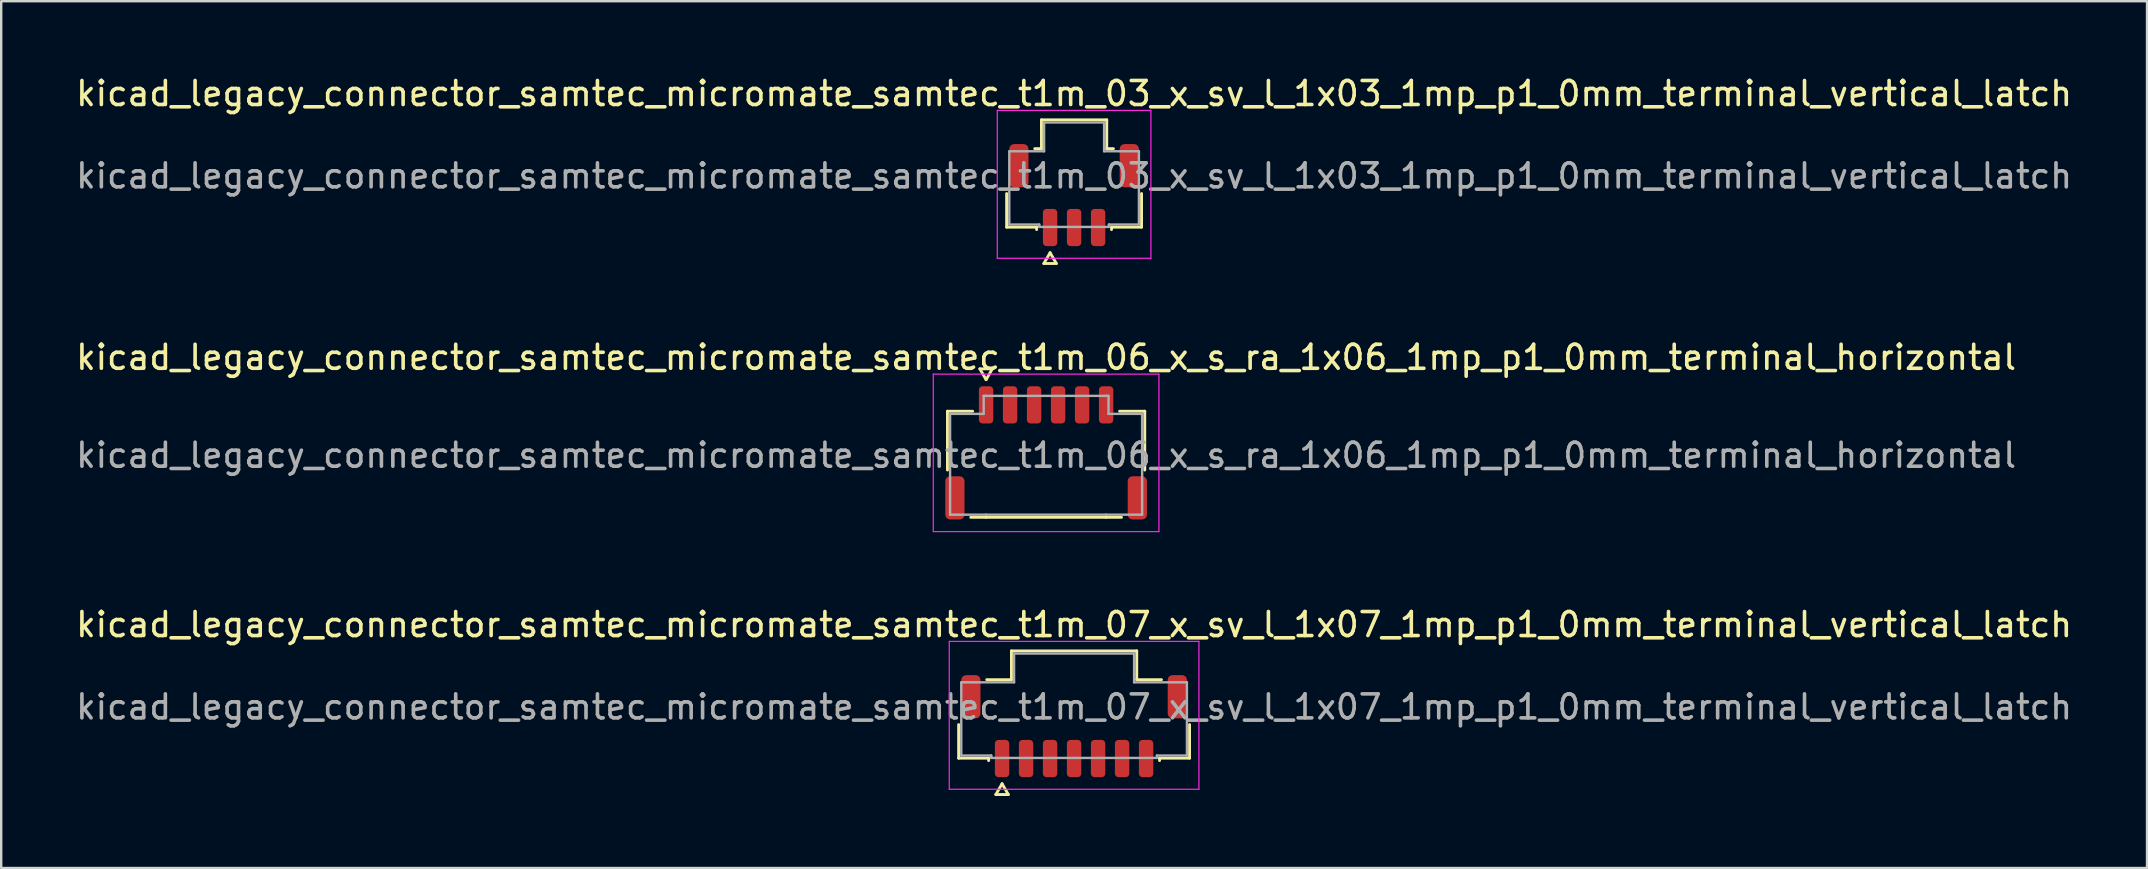
<source format=kicad_pcb>
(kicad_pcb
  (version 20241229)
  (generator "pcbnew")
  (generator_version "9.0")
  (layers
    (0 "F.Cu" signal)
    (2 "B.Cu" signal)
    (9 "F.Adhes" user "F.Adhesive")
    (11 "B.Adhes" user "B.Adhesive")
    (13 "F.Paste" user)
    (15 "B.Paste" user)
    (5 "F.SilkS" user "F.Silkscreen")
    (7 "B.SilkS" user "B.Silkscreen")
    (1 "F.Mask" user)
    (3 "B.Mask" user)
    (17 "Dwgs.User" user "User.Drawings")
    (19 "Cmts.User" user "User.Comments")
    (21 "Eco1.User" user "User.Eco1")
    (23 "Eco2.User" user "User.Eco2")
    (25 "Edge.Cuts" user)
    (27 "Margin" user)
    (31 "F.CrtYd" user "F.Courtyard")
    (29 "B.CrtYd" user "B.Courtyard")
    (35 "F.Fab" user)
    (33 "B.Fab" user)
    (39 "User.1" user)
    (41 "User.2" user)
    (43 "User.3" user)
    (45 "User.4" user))
  (footprint "kicad_legacy_connector_samtec_micromate_samtec_t1m_07_x_sv_l_1x07_1mp_p1_0mm_terminal_vertical_latch"
    (layer "F.Cu")
    (at 41.696 26.4)
    (property "Reference" "kicad_legacy_connector_samtec_micromate_samtec_t1m_07_x_sv_l_1x07_1mp_p1_0mm_terminal_vertical_latch" (at 0 -3.43 0) (layer "F.SilkS") (effects (font (size 1 1) (thickness 0.15))))
    (attr smd)
    (fp_line (start -4.81 2.135) (end -4.81 0.735) (stroke (width 0.12) (type solid)) (layer "F.SilkS"))
    (fp_line (start -3.64 -1.135) (end -2.61 -1.135) (stroke (width 0.12) (type solid)) (layer "F.SilkS"))
    (fp_line (start -3.56 2.135) (end -4.81 2.135) (stroke (width 0.12) (type solid)) (layer "F.SilkS"))
    (fp_line (start -3.56 2.235) (end -3.56 2.135) (stroke (width 0.12) (type solid)) (layer "F.SilkS"))
    (fp_line (start -3.26 3.65) (end -3 3.2) (stroke (width 0.12) (type solid)) (layer "F.SilkS"))
    (fp_line (start -3 3.2) (end -2.74 3.65) (stroke (width 0.12) (type solid)) (layer "F.SilkS"))
    (fp_line (start -2.74 3.65) (end -3.26 3.65) (stroke (width 0.12) (type solid)) (layer "F.SilkS"))
    (fp_line (start -2.61 -2.335) (end 2.61 -2.335) (stroke (width 0.12) (type solid)) (layer "F.SilkS"))
    (fp_line (start -2.61 -1.135) (end -2.61 -2.335) (stroke (width 0.12) (type solid)) (layer "F.SilkS"))
    (fp_line (start 2.61 -2.335) (end 2.61 -1.135) (stroke (width 0.12) (type solid)) (layer "F.SilkS"))
    (fp_line (start 2.61 -1.135) (end 3.64 -1.135) (stroke (width 0.12) (type solid)) (layer "F.SilkS"))
    (fp_line (start 3.56 2.135) (end 3.56 2.235) (stroke (width 0.12) (type solid)) (layer "F.SilkS"))
    (fp_line (start 4.81 0.735) (end 4.81 2.135) (stroke (width 0.12) (type solid)) (layer "F.SilkS"))
    (fp_line (start 4.81 2.135) (end 3.56 2.135) (stroke (width 0.12) (type solid)) (layer "F.SilkS"))
    (fp_line (start -5.2 -2.73) (end -5.2 3.43) (stroke (width 0.05) (type solid)) (layer "F.CrtYd"))
    (fp_line (start -5.2 3.43) (end 5.2 3.43) (stroke (width 0.05) (type solid)) (layer "F.CrtYd"))
    (fp_line (start 5.2 -2.73) (end -5.2 -2.73) (stroke (width 0.05) (type solid)) (layer "F.CrtYd"))
    (fp_line (start 5.2 3.43) (end 5.2 -2.73) (stroke (width 0.05) (type solid)) (layer "F.CrtYd"))
    (fp_line (start -4.7 -1.025) (end -2.5 -1.025) (stroke (width 0.1) (type solid)) (layer "F.Fab"))
    (fp_line (start -4.7 2.025) (end -4.7 -1.025) (stroke (width 0.1) (type solid)) (layer "F.Fab"))
    (fp_line (start -3.45 2.025) (end -4.7 2.025) (stroke (width 0.1) (type solid)) (layer "F.Fab"))
    (fp_line (start -3.45 2.125) (end -3.45 2.025) (stroke (width 0.1) (type solid)) (layer "F.Fab"))
    (fp_line (start -2.5 -2.225) (end 2.5 -2.225) (stroke (width 0.1) (type solid)) (layer "F.Fab"))
    (fp_line (start -2.5 -1.025) (end -2.5 -2.225) (stroke (width 0.1) (type solid)) (layer "F.Fab"))
    (fp_line (start 2.5 -2.225) (end 2.5 -1.025) (stroke (width 0.1) (type solid)) (layer "F.Fab"))
    (fp_line (start 2.5 -1.025) (end 4.7 -1.025) (stroke (width 0.1) (type solid)) (layer "F.Fab"))
    (fp_line (start 3.45 2.025) (end 3.45 2.125) (stroke (width 0.1) (type solid)) (layer "F.Fab"))
    (fp_line (start 3.45 2.125) (end -3.45 2.125) (stroke (width 0.1) (type solid)) (layer "F.Fab"))
    (fp_line (start 4.7 -1.025) (end 4.7 2.025) (stroke (width 0.1) (type solid)) (layer "F.Fab"))
    (fp_line (start 4.7 2.025) (end 3.45 2.025) (stroke (width 0.1) (type solid)) (layer "F.Fab"))
    (fp_text user "${REFERENCE}" (at 0 0 0) (layer "F.Fab") (effects (font (size 1 1) (thickness 0.15))))
    (pad "1" smd roundrect (at -3 2.15) (size 0.6 1.55) (layers "F.Cu" "F.Mask" "F.Paste") (roundrect_rratio 0.25))
    (pad "2" smd roundrect (at -2 2.15) (size 0.6 1.55) (layers "F.Cu" "F.Mask" "F.Paste") (roundrect_rratio 0.25))
    (pad "3" smd roundrect (at -1 2.15) (size 0.6 1.55) (layers "F.Cu" "F.Mask" "F.Paste") (roundrect_rratio 0.25))
    (pad "4" smd roundrect (at 0 2.15) (size 0.6 1.55) (layers "F.Cu" "F.Mask" "F.Paste") (roundrect_rratio 0.25))
    (pad "5" smd roundrect (at 1 2.15) (size 0.6 1.55) (layers "F.Cu" "F.Mask" "F.Paste") (roundrect_rratio 0.25))
    (pad "6" smd roundrect (at 2 2.15) (size 0.6 1.55) (layers "F.Cu" "F.Mask" "F.Paste") (roundrect_rratio 0.25))
    (pad "7" smd roundrect (at 3 2.15) (size 0.6 1.55) (layers "F.Cu" "F.Mask" "F.Paste") (roundrect_rratio 0.25))
    (pad "MP" smd roundrect (at -4.3 -0.425) (size 0.8 1.8) (layers "F.Cu" "F.Mask" "F.Paste") (roundrect_rratio 0.25))
    (pad "MP" smd roundrect (at 4.3 -0.425) (size 0.8 1.8) (layers "F.Cu" "F.Mask" "F.Paste") (roundrect_rratio 0.25)))
  (footprint "kicad_legacy_connector_samtec_micromate_samtec_t1m_06_x_s_ra_1x06_1mp_p1_0mm_terminal_horizontal"
    (layer "F.Cu")
    (at 40.53 15.916)
    (property "Reference" "kicad_legacy_connector_samtec_micromate_samtec_t1m_06_x_s_ra_1x06_1mp_p1_0mm_terminal_horizontal" (at 0 -4.08 0) (layer "F.SilkS") (effects (font (size 1 1) (thickness 0.15))))
    (attr smd)
    (fp_line (start -4.11 -1.835) (end -3.06 -1.835) (stroke (width 0.12) (type solid)) (layer "F.SilkS"))
    (fp_line (start -4.11 0.615) (end -4.11 -1.835) (stroke (width 0.12) (type solid)) (layer "F.SilkS"))
    (fp_line (start -2.76 -3.6) (end -2.5 -3.15) (stroke (width 0.12) (type solid)) (layer "F.SilkS"))
    (fp_line (start -2.5 -3.15) (end -2.24 -3.6) (stroke (width 0.12) (type solid)) (layer "F.SilkS"))
    (fp_line (start -2.5 2.585) (end -3.14 2.585) (stroke (width 0.12) (type solid)) (layer "F.SilkS"))
    (fp_line (start -2.24 -3.6) (end -2.76 -3.6) (stroke (width 0.12) (type solid)) (layer "F.SilkS"))
    (fp_line (start 2.5 2.585) (end -2.5 2.585) (stroke (width 0.12) (type solid)) (layer "F.SilkS"))
    (fp_line (start 3.06 -1.835) (end 4.11 -1.835) (stroke (width 0.12) (type solid)) (layer "F.SilkS"))
    (fp_line (start 3.14 2.585) (end 2.5 2.585) (stroke (width 0.12) (type solid)) (layer "F.SilkS"))
    (fp_line (start 4.11 -1.835) (end 4.11 0.615) (stroke (width 0.12) (type solid)) (layer "F.SilkS"))
    (fp_line (start -4.7 -3.38) (end -4.7 3.18) (stroke (width 0.05) (type solid)) (layer "F.CrtYd"))
    (fp_line (start -4.7 3.18) (end 4.7 3.18) (stroke (width 0.05) (type solid)) (layer "F.CrtYd"))
    (fp_line (start 4.7 -3.38) (end -4.7 -3.38) (stroke (width 0.05) (type solid)) (layer "F.CrtYd"))
    (fp_line (start 4.7 3.18) (end 4.7 -3.38) (stroke (width 0.05) (type solid)) (layer "F.CrtYd"))
    (fp_line (start -4 -1.725) (end -2.6 -1.725) (stroke (width 0.1) (type solid)) (layer "F.Fab"))
    (fp_line (start -4 2.475) (end -4 -1.725) (stroke (width 0.1) (type solid)) (layer "F.Fab"))
    (fp_line (start -2.6 -2.475) (end -2.5 -2.475) (stroke (width 0.1) (type solid)) (layer "F.Fab"))
    (fp_line (start -2.6 -1.725) (end -2.6 -2.475) (stroke (width 0.1) (type solid)) (layer "F.Fab"))
    (fp_line (start -2.5 -2.475) (end 2.5 -2.475) (stroke (width 0.1) (type solid)) (layer "F.Fab"))
    (fp_line (start -2.5 2.475) (end -4 2.475) (stroke (width 0.1) (type solid)) (layer "F.Fab"))
    (fp_line (start 2.5 -2.475) (end 2.6 -2.475) (stroke (width 0.1) (type solid)) (layer "F.Fab"))
    (fp_line (start 2.5 2.475) (end -2.5 2.475) (stroke (width 0.1) (type solid)) (layer "F.Fab"))
    (fp_line (start 2.6 -2.475) (end 2.6 -1.725) (stroke (width 0.1) (type solid)) (layer "F.Fab"))
    (fp_line (start 2.6 -1.725) (end 4 -1.725) (stroke (width 0.1) (type solid)) (layer "F.Fab"))
    (fp_line (start 4 -1.725) (end 4 2.475) (stroke (width 0.1) (type solid)) (layer "F.Fab"))
    (fp_line (start 4 2.475) (end 2.5 2.475) (stroke (width 0.1) (type solid)) (layer "F.Fab"))
    (fp_text user "${REFERENCE}" (at 0 0 0) (layer "F.Fab") (effects (font (size 1 1) (thickness 0.15))))
    (pad "1" smd roundrect (at -2.5 -2.1) (size 0.6 1.55) (layers "F.Cu" "F.Mask" "F.Paste") (roundrect_rratio 0.25))
    (pad "2" smd roundrect (at -1.5 -2.1) (size 0.6 1.55) (layers "F.Cu" "F.Mask" "F.Paste") (roundrect_rratio 0.25))
    (pad "3" smd roundrect (at -0.5 -2.1) (size 0.6 1.55) (layers "F.Cu" "F.Mask" "F.Paste") (roundrect_rratio 0.25))
    (pad "4" smd roundrect (at 0.5 -2.1) (size 0.6 1.55) (layers "F.Cu" "F.Mask" "F.Paste") (roundrect_rratio 0.25))
    (pad "5" smd roundrect (at 1.5 -2.1) (size 0.6 1.55) (layers "F.Cu" "F.Mask" "F.Paste") (roundrect_rratio 0.25))
    (pad "6" smd roundrect (at 2.5 -2.1) (size 0.6 1.55) (layers "F.Cu" "F.Mask" "F.Paste") (roundrect_rratio 0.25))
    (pad "MP" smd roundrect (at -3.8 1.775) (size 0.8 1.8) (layers "F.Cu" "F.Mask" "F.Paste") (roundrect_rratio 0.25))
    (pad "MP" smd roundrect (at 3.8 1.775) (size 0.8 1.8) (layers "F.Cu" "F.Mask" "F.Paste") (roundrect_rratio 0.25)))
  (footprint "kicad_legacy_connector_samtec_micromate_samtec_t1m_03_x_sv_l_1x03_1mp_p1_0mm_terminal_vertical_latch"
    (layer "F.Cu")
    (at 41.696 4.278)
    (property "Reference" "kicad_legacy_connector_samtec_micromate_samtec_t1m_03_x_sv_l_1x03_1mp_p1_0mm_terminal_vertical_latch" (at 0 -3.43 0) (layer "F.SilkS") (effects (font (size 1 1) (thickness 0.15))))
    (attr smd)
    (fp_line (start -2.81 2.135) (end -2.81 0.735) (stroke (width 0.12) (type solid)) (layer "F.SilkS"))
    (fp_line (start -1.64 -1.135) (end -1.36 -1.135) (stroke (width 0.12) (type solid)) (layer "F.SilkS"))
    (fp_line (start -1.56 2.135) (end -2.81 2.135) (stroke (width 0.12) (type solid)) (layer "F.SilkS"))
    (fp_line (start -1.56 2.235) (end -1.56 2.135) (stroke (width 0.12) (type solid)) (layer "F.SilkS"))
    (fp_line (start -1.36 -2.335) (end 1.36 -2.335) (stroke (width 0.12) (type solid)) (layer "F.SilkS"))
    (fp_line (start -1.36 -1.135) (end -1.36 -2.335) (stroke (width 0.12) (type solid)) (layer "F.SilkS"))
    (fp_line (start -1.26 3.65) (end -1 3.2) (stroke (width 0.12) (type solid)) (layer "F.SilkS"))
    (fp_line (start -1 3.2) (end -0.74 3.65) (stroke (width 0.12) (type solid)) (layer "F.SilkS"))
    (fp_line (start -0.74 3.65) (end -1.26 3.65) (stroke (width 0.12) (type solid)) (layer "F.SilkS"))
    (fp_line (start 1.36 -2.335) (end 1.36 -1.135) (stroke (width 0.12) (type solid)) (layer "F.SilkS"))
    (fp_line (start 1.36 -1.135) (end 1.64 -1.135) (stroke (width 0.12) (type solid)) (layer "F.SilkS"))
    (fp_line (start 1.56 2.135) (end 1.56 2.235) (stroke (width 0.12) (type solid)) (layer "F.SilkS"))
    (fp_line (start 2.81 0.735) (end 2.81 2.135) (stroke (width 0.12) (type solid)) (layer "F.SilkS"))
    (fp_line (start 2.81 2.135) (end 1.56 2.135) (stroke (width 0.12) (type solid)) (layer "F.SilkS"))
    (fp_line (start -3.2 -2.73) (end -3.2 3.43) (stroke (width 0.05) (type solid)) (layer "F.CrtYd"))
    (fp_line (start -3.2 3.43) (end 3.2 3.43) (stroke (width 0.05) (type solid)) (layer "F.CrtYd"))
    (fp_line (start 3.2 -2.73) (end -3.2 -2.73) (stroke (width 0.05) (type solid)) (layer "F.CrtYd"))
    (fp_line (start 3.2 3.43) (end 3.2 -2.73) (stroke (width 0.05) (type solid)) (layer "F.CrtYd"))
    (fp_line (start -2.7 -1.025) (end -1.25 -1.025) (stroke (width 0.1) (type solid)) (layer "F.Fab"))
    (fp_line (start -2.7 2.025) (end -2.7 -1.025) (stroke (width 0.1) (type solid)) (layer "F.Fab"))
    (fp_line (start -1.45 2.025) (end -2.7 2.025) (stroke (width 0.1) (type solid)) (layer "F.Fab"))
    (fp_line (start -1.45 2.125) (end -1.45 2.025) (stroke (width 0.1) (type solid)) (layer "F.Fab"))
    (fp_line (start -1.25 -2.225) (end 1.25 -2.225) (stroke (width 0.1) (type solid)) (layer "F.Fab"))
    (fp_line (start -1.25 -1.025) (end -1.25 -2.225) (stroke (width 0.1) (type solid)) (layer "F.Fab"))
    (fp_line (start 1.25 -2.225) (end 1.25 -1.025) (stroke (width 0.1) (type solid)) (layer "F.Fab"))
    (fp_line (start 1.25 -1.025) (end 2.7 -1.025) (stroke (width 0.1) (type solid)) (layer "F.Fab"))
    (fp_line (start 1.45 2.025) (end 1.45 2.125) (stroke (width 0.1) (type solid)) (layer "F.Fab"))
    (fp_line (start 1.45 2.125) (end -1.45 2.125) (stroke (width 0.1) (type solid)) (layer "F.Fab"))
    (fp_line (start 2.7 -1.025) (end 2.7 2.025) (stroke (width 0.1) (type solid)) (layer "F.Fab"))
    (fp_line (start 2.7 2.025) (end 1.45 2.025) (stroke (width 0.1) (type solid)) (layer "F.Fab"))
    (fp_text user "${REFERENCE}" (at 0 0 0) (layer "F.Fab") (effects (font (size 1 1) (thickness 0.15))))
    (pad "1" smd roundrect (at -1 2.15) (size 0.6 1.55) (layers "F.Cu" "F.Mask" "F.Paste") (roundrect_rratio 0.25))
    (pad "2" smd roundrect (at 0 2.15) (size 0.6 1.55) (layers "F.Cu" "F.Mask" "F.Paste") (roundrect_rratio 0.25))
    (pad "3" smd roundrect (at 1 2.15) (size 0.6 1.55) (layers "F.Cu" "F.Mask" "F.Paste") (roundrect_rratio 0.25))
    (pad "MP" smd roundrect (at -2.3 -0.425) (size 0.8 1.8) (layers "F.Cu" "F.Mask" "F.Paste") (roundrect_rratio 0.25))
    (pad "MP" smd roundrect (at 2.3 -0.425) (size 0.8 1.8) (layers "F.Cu" "F.Mask" "F.Paste") (roundrect_rratio 0.25)))
  (gr_rect
    (start -3 -3)
    (end 86.393 33.11)
    (stroke (width 0.1) (type default))
    (fill no)
    (layer "Edge.Cuts")))
</source>
